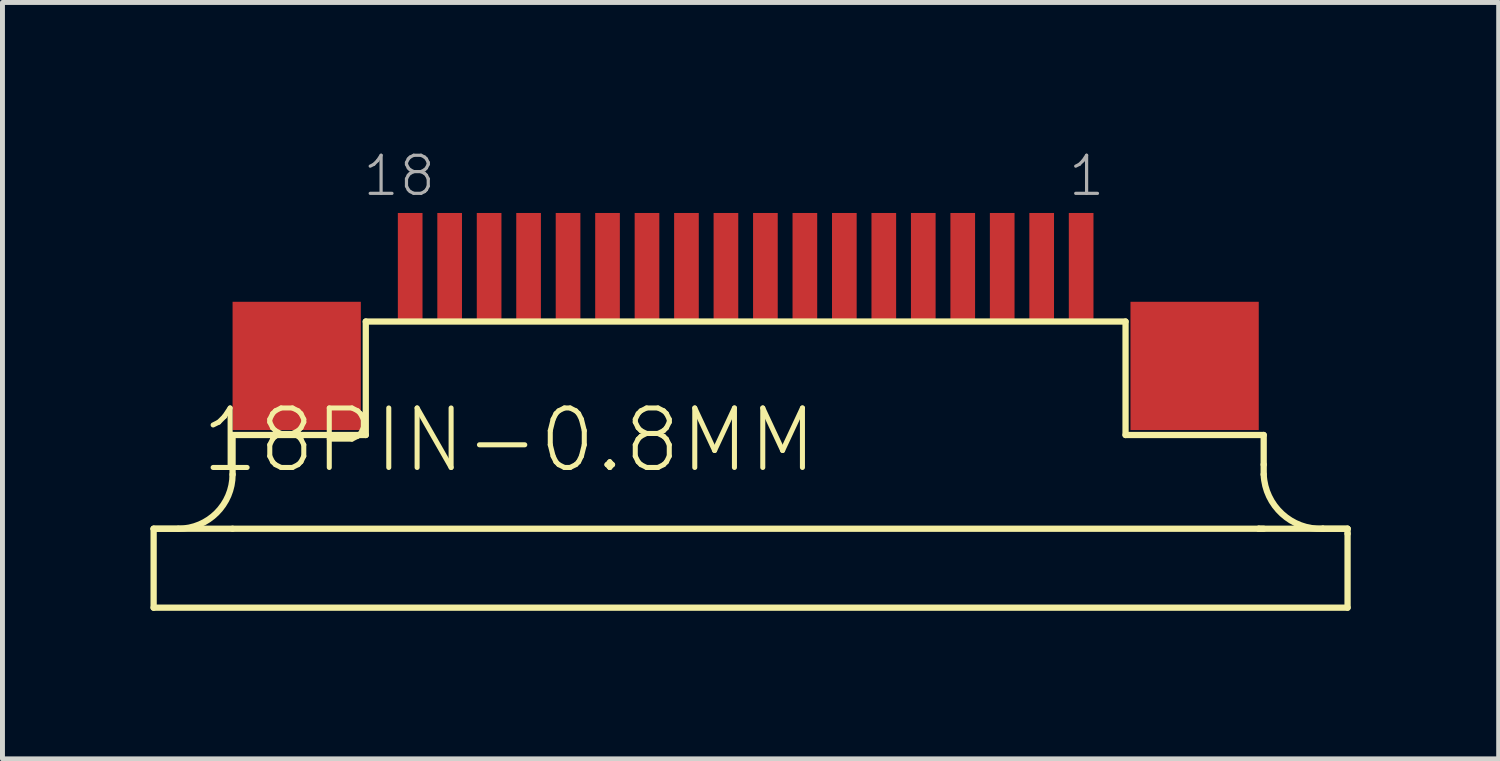
<source format=kicad_pcb>
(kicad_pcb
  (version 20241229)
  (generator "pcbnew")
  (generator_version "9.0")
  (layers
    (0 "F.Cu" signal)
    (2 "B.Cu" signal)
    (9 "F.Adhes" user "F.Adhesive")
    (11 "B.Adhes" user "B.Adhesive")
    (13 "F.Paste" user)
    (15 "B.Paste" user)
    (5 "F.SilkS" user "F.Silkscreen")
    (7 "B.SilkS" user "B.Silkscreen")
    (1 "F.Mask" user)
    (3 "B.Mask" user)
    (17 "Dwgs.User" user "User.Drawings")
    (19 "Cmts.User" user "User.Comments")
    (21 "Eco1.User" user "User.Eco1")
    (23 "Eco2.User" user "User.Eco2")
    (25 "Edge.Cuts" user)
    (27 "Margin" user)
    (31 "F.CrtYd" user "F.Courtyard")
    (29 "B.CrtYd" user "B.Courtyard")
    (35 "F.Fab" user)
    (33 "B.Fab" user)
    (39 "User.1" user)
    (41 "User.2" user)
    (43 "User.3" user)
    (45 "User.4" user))
  (footprint "18PIN-0.8MM"
    (layer "F.Cu")
    (at 11.664 5.167)
    (property "Reference" "18PIN-0.8MM" (at 1.905 0 0) (layer "F.SilkS") (effects (font (size 1.206 1.206) (thickness 0.102)) (justify right top)))
    (attr through_hole)
    (fp_line (start -11.6 2.5) (end -11.6 4.1) (stroke (width 0.127) (type solid)) (layer "F.SilkS"))
    (fp_line (start -11.6 4.1) (end 12.6 4.1) (stroke (width 0.127) (type solid)) (layer "F.SilkS"))
    (fp_line (start -11.1 2.5) (end -11.6 2.5) (stroke (width 0.127) (type solid)) (layer "F.SilkS"))
    (fp_line (start -10 0.6) (end -10 1.4) (stroke (width 0.127) (type solid)) (layer "F.SilkS"))
    (fp_line (start -10 0.6) (end -7.3 0.6) (stroke (width 0.127) (type solid)) (layer "F.SilkS"))
    (fp_line (start -10 2.5) (end -11.6 2.5) (stroke (width 0.127) (type solid)) (layer "F.SilkS"))
    (fp_line (start -7.3 -1.7) (end 8.1 -1.7) (stroke (width 0.127) (type solid)) (layer "F.SilkS"))
    (fp_line (start -7.3 0.6) (end -7.3 -1.7) (stroke (width 0.127) (type solid)) (layer "F.SilkS"))
    (fp_line (start 8.1 -1.7) (end 8.1 0.6) (stroke (width 0.127) (type solid)) (layer "F.SilkS"))
    (fp_line (start 8.1 0.6) (end 10.9 0.6) (stroke (width 0.127) (type solid)) (layer "F.SilkS"))
    (fp_line (start 10.8 2.5) (end -10 2.5) (stroke (width 0.127) (type solid)) (layer "F.SilkS"))
    (fp_line (start 10.9 0.6) (end 10.9 1.2) (stroke (width 0.127) (type solid)) (layer "F.SilkS"))
    (fp_line (start 10.9 1.2) (end 10.9 1.4) (stroke (width 0.127) (type solid)) (layer "F.SilkS"))
    (fp_line (start 10.9 2.5) (end 10.8 2.5) (stroke (width 0.127) (type solid)) (layer "F.SilkS"))
    (fp_line (start 12.1 2.5) (end 10.8 2.5) (stroke (width 0.127) (type solid)) (layer "F.SilkS"))
    (fp_line (start 12.1 2.5) (end 12.6 2.5) (stroke (width 0.127) (type solid)) (layer "F.SilkS"))
    (fp_line (start 12.6 2.5) (end 12.1 2.5) (stroke (width 0.127) (type solid)) (layer "F.SilkS"))
    (fp_line (start 12.6 2.6) (end 12.6 2.5) (stroke (width 0.127) (type solid)) (layer "F.SilkS"))
    (fp_line (start 12.6 4.1) (end 12.6 2.6) (stroke (width 0.127) (type solid)) (layer "F.SilkS"))
    (fp_arc (start -10 1.4) (mid -10.322183 2.177817) (end -11.1 2.5) (stroke (width 0.127) (type solid)) (layer "F.SilkS"))
    (fp_arc (start 12.1 2.5) (mid 11.272183 2.198528) (end 10.9 1.4) (stroke (width 0.127) (type solid)) (layer "F.SilkS"))
    (fp_text user "18" (at -7.4 -4.2 0) (layer "F.Fab") (effects (font (size 0.772 0.772) (thickness 0.065)) (justify left bottom)))
    (fp_text user "1" (at 6.9 -4.2 0) (layer "F.Fab") (effects (font (size 0.772 0.772) (thickness 0.065)) (justify left bottom)))
    (pad "1" smd rect (at 7.2 -2.8 90) (size 2.2 0.5) (layers "F.Cu" "F.Mask" "F.Paste"))
    (pad "2" smd rect (at 6.4 -2.8 90) (size 2.2 0.5) (layers "F.Cu" "F.Mask" "F.Paste"))
    (pad "3" smd rect (at 5.6 -2.8 90) (size 2.2 0.5) (layers "F.Cu" "F.Mask" "F.Paste"))
    (pad "4" smd rect (at 4.8 -2.8 90) (size 2.2 0.5) (layers "F.Cu" "F.Mask" "F.Paste"))
    (pad "5" smd rect (at 4 -2.8 90) (size 2.2 0.5) (layers "F.Cu" "F.Mask" "F.Paste"))
    (pad "6" smd rect (at 3.2 -2.8 90) (size 2.2 0.5) (layers "F.Cu" "F.Mask" "F.Paste"))
    (pad "7" smd rect (at 2.4 -2.8 90) (size 2.2 0.5) (layers "F.Cu" "F.Mask" "F.Paste"))
    (pad "8" smd rect (at 1.6 -2.8 90) (size 2.2 0.5) (layers "F.Cu" "F.Mask" "F.Paste"))
    (pad "9" smd rect (at 0.8 -2.8 90) (size 2.2 0.5) (layers "F.Cu" "F.Mask" "F.Paste"))
    (pad "10" smd rect (at 0 -2.8 90) (size 2.2 0.5) (layers "F.Cu" "F.Mask" "F.Paste"))
    (pad "11" smd rect (at -0.8 -2.8 90) (size 2.2 0.5) (layers "F.Cu" "F.Mask" "F.Paste"))
    (pad "12" smd rect (at -1.6 -2.8 90) (size 2.2 0.5) (layers "F.Cu" "F.Mask" "F.Paste"))
    (pad "13" smd rect (at -2.4 -2.8 90) (size 2.2 0.5) (layers "F.Cu" "F.Mask" "F.Paste"))
    (pad "14" smd rect (at -3.2 -2.8 90) (size 2.2 0.5) (layers "F.Cu" "F.Mask" "F.Paste"))
    (pad "15" smd rect (at -4 -2.8 90) (size 2.2 0.5) (layers "F.Cu" "F.Mask" "F.Paste"))
    (pad "16" smd rect (at -4.8 -2.8 90) (size 2.2 0.5) (layers "F.Cu" "F.Mask" "F.Paste"))
    (pad "17" smd rect (at -5.6 -2.8 90) (size 2.2 0.5) (layers "F.Cu" "F.Mask" "F.Paste"))
    (pad "18" smd rect (at -6.4 -2.8 90) (size 2.2 0.5) (layers "F.Cu" "F.Mask" "F.Paste"))
    (pad "P$19" smd rect (at 9.5 -0.8) (size 2.6 2.6) (layers "F.Cu" "F.Mask" "F.Paste"))
    (pad "P$20" smd rect (at -8.7 -0.8) (size 2.6 2.6) (layers "F.Cu" "F.Mask" "F.Paste")))
  (gr_rect
    (start -3 -3)
    (end 27.327 12.331)
    (stroke (width 0.1) (type default))
    (fill no)
    (layer "Edge.Cuts")))
</source>
